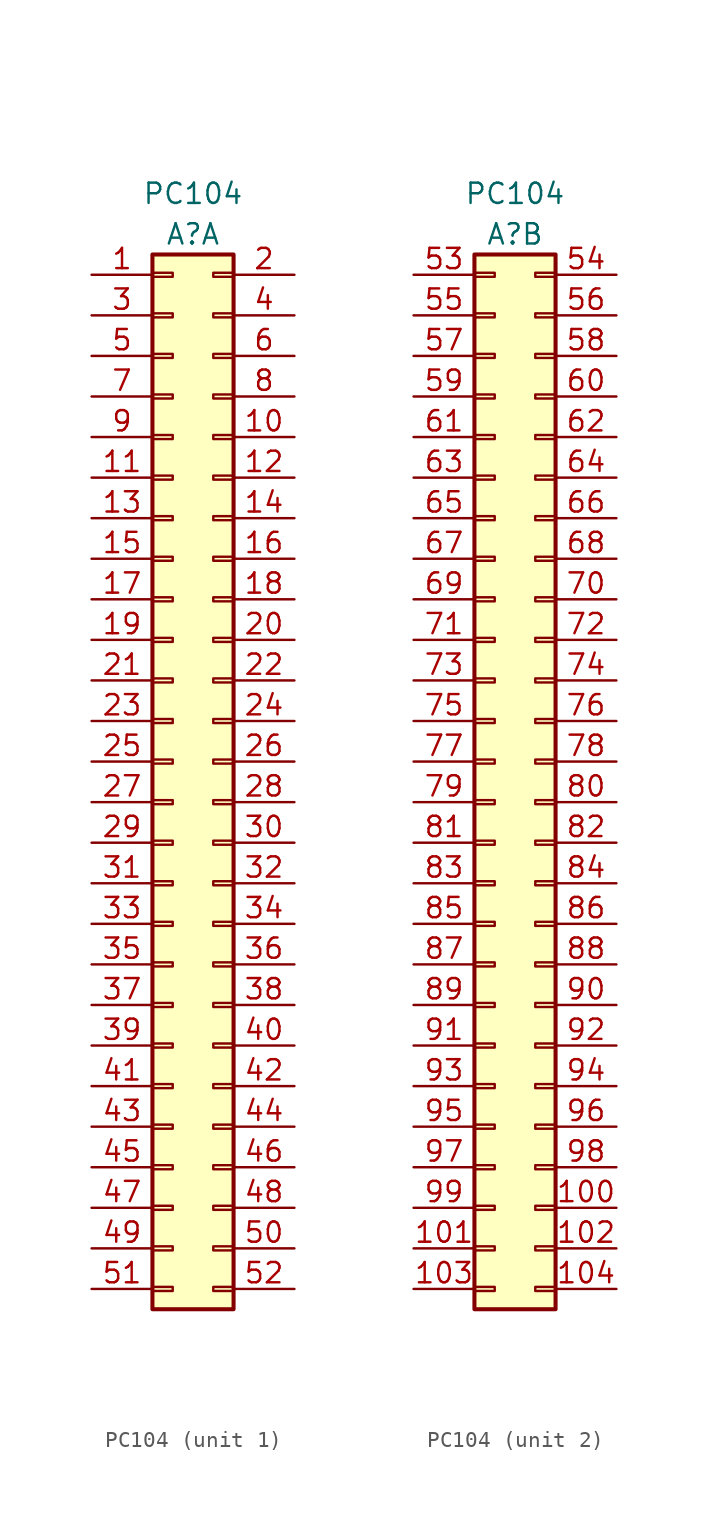
<source format=kicad_sym>
(kicad_symbol_lib
  (version 20211014)
  (generator kicad_symbol_editor)
  (symbol "PC104"
    (pin_names hide)
    (property "Reference" "A"
      (at 0 1.27 0)
      (effects (font (size 1.27 1.27))))
    (property "Value" "PC104"
      (at 0 3.81 0)
      (effects (font (size 1.27 1.27))))
    (symbol "PC104_1_1"
      (rectangle (start -2.54 -64.643) (end -1.27 -64.897) (stroke (width 0.152) (type default) (color 0 0 0 0)) (fill (type none)))
      (rectangle (start -2.54 -62.103) (end -1.27 -62.357) (stroke (width 0.152) (type default) (color 0 0 0 0)) (fill (type none)))
      (rectangle (start -2.54 -59.563) (end -1.27 -59.817) (stroke (width 0.152) (type default) (color 0 0 0 0)) (fill (type none)))
      (rectangle (start -2.54 -57.023) (end -1.27 -57.277) (stroke (width 0.152) (type default) (color 0 0 0 0)) (fill (type none)))
      (rectangle (start -2.54 -54.483) (end -1.27 -54.737) (stroke (width 0.152) (type default) (color 0 0 0 0)) (fill (type none)))
      (rectangle (start -2.54 -51.943) (end -1.27 -52.197) (stroke (width 0.152) (type default) (color 0 0 0 0)) (fill (type none)))
      (rectangle (start -2.54 -49.403) (end -1.27 -49.657) (stroke (width 0.152) (type default) (color 0 0 0 0)) (fill (type none)))
      (rectangle (start -2.54 -46.863) (end -1.27 -47.117) (stroke (width 0.152) (type default) (color 0 0 0 0)) (fill (type none)))
      (rectangle (start -2.54 -44.323) (end -1.27 -44.577) (stroke (width 0.152) (type default) (color 0 0 0 0)) (fill (type none)))
      (rectangle (start -2.54 -41.783) (end -1.27 -42.037) (stroke (width 0.152) (type default) (color 0 0 0 0)) (fill (type none)))
      (rectangle (start -2.54 -39.243) (end -1.27 -39.497) (stroke (width 0.152) (type default) (color 0 0 0 0)) (fill (type none)))
      (rectangle (start -2.54 -36.703) (end -1.27 -36.957) (stroke (width 0.152) (type default) (color 0 0 0 0)) (fill (type none)))
      (rectangle (start -2.54 -34.163) (end -1.27 -34.417) (stroke (width 0.152) (type default) (color 0 0 0 0)) (fill (type none)))
      (rectangle (start -2.54 -31.623) (end -1.27 -31.877) (stroke (width 0.152) (type default) (color 0 0 0 0)) (fill (type none)))
      (rectangle (start -2.54 -29.083) (end -1.27 -29.337) (stroke (width 0.152) (type default) (color 0 0 0 0)) (fill (type none)))
      (rectangle (start -2.54 -26.543) (end -1.27 -26.797) (stroke (width 0.152) (type default) (color 0 0 0 0)) (fill (type none)))
      (rectangle (start -2.54 -24.003) (end -1.27 -24.257) (stroke (width 0.152) (type default) (color 0 0 0 0)) (fill (type none)))
      (rectangle (start -2.54 -21.463) (end -1.27 -21.717) (stroke (width 0.152) (type default) (color 0 0 0 0)) (fill (type none)))
      (rectangle (start -2.54 -18.923) (end -1.27 -19.177) (stroke (width 0.152) (type default) (color 0 0 0 0)) (fill (type none)))
      (rectangle (start -2.54 -16.383) (end -1.27 -16.637) (stroke (width 0.152) (type default) (color 0 0 0 0)) (fill (type none)))
      (rectangle (start -2.54 -13.843) (end -1.27 -14.097) (stroke (width 0.152) (type default) (color 0 0 0 0)) (fill (type none)))
      (rectangle (start -2.54 -11.303) (end -1.27 -11.557) (stroke (width 0.152) (type default) (color 0 0 0 0)) (fill (type none)))
      (rectangle (start -2.54 -8.763) (end -1.27 -9.017) (stroke (width 0.152) (type default) (color 0 0 0 0)) (fill (type none)))
      (rectangle (start -2.54 -6.223) (end -1.27 -6.477) (stroke (width 0.152) (type default) (color 0 0 0 0)) (fill (type none)))
      (rectangle (start -2.54 -3.683) (end -1.27 -3.937) (stroke (width 0.152) (type default) (color 0 0 0 0)) (fill (type none)))
      (rectangle (start -2.54 -1.143) (end -1.27 -1.397) (stroke (width 0.152) (type default) (color 0 0 0 0)) (fill (type none)))
      (rectangle (start -2.54 0) (end 2.54 -66.04) (stroke (width 0.254) (type default) (color 0 0 0 0)) (fill (type background)))
      (rectangle (start 2.54 -64.643) (end 1.27 -64.897) (stroke (width 0.152) (type default) (color 0 0 0 0)) (fill (type none)))
      (rectangle (start 2.54 -62.103) (end 1.27 -62.357) (stroke (width 0.152) (type default) (color 0 0 0 0)) (fill (type none)))
      (rectangle (start 2.54 -59.563) (end 1.27 -59.817) (stroke (width 0.152) (type default) (color 0 0 0 0)) (fill (type none)))
      (rectangle (start 2.54 -57.023) (end 1.27 -57.277) (stroke (width 0.152) (type default) (color 0 0 0 0)) (fill (type none)))
      (rectangle (start 2.54 -54.483) (end 1.27 -54.737) (stroke (width 0.152) (type default) (color 0 0 0 0)) (fill (type none)))
      (rectangle (start 2.54 -51.943) (end 1.27 -52.197) (stroke (width 0.152) (type default) (color 0 0 0 0)) (fill (type none)))
      (rectangle (start 2.54 -49.403) (end 1.27 -49.657) (stroke (width 0.152) (type default) (color 0 0 0 0)) (fill (type none)))
      (rectangle (start 2.54 -46.863) (end 1.27 -47.117) (stroke (width 0.152) (type default) (color 0 0 0 0)) (fill (type none)))
      (rectangle (start 2.54 -44.323) (end 1.27 -44.577) (stroke (width 0.152) (type default) (color 0 0 0 0)) (fill (type none)))
      (rectangle (start 2.54 -41.783) (end 1.27 -42.037) (stroke (width 0.152) (type default) (color 0 0 0 0)) (fill (type none)))
      (rectangle (start 2.54 -39.243) (end 1.27 -39.497) (stroke (width 0.152) (type default) (color 0 0 0 0)) (fill (type none)))
      (rectangle (start 2.54 -36.703) (end 1.27 -36.957) (stroke (width 0.152) (type default) (color 0 0 0 0)) (fill (type none)))
      (rectangle (start 2.54 -34.163) (end 1.27 -34.417) (stroke (width 0.152) (type default) (color 0 0 0 0)) (fill (type none)))
      (rectangle (start 2.54 -31.623) (end 1.27 -31.877) (stroke (width 0.152) (type default) (color 0 0 0 0)) (fill (type none)))
      (rectangle (start 2.54 -29.083) (end 1.27 -29.337) (stroke (width 0.152) (type default) (color 0 0 0 0)) (fill (type none)))
      (rectangle (start 2.54 -26.543) (end 1.27 -26.797) (stroke (width 0.152) (type default) (color 0 0 0 0)) (fill (type none)))
      (rectangle (start 2.54 -24.003) (end 1.27 -24.257) (stroke (width 0.152) (type default) (color 0 0 0 0)) (fill (type none)))
      (rectangle (start 2.54 -21.463) (end 1.27 -21.717) (stroke (width 0.152) (type default) (color 0 0 0 0)) (fill (type none)))
      (rectangle (start 2.54 -18.923) (end 1.27 -19.177) (stroke (width 0.152) (type default) (color 0 0 0 0)) (fill (type none)))
      (rectangle (start 2.54 -16.383) (end 1.27 -16.637) (stroke (width 0.152) (type default) (color 0 0 0 0)) (fill (type none)))
      (rectangle (start 2.54 -13.843) (end 1.27 -14.097) (stroke (width 0.152) (type default) (color 0 0 0 0)) (fill (type none)))
      (rectangle (start 2.54 -11.303) (end 1.27 -11.557) (stroke (width 0.152) (type default) (color 0 0 0 0)) (fill (type none)))
      (rectangle (start 2.54 -8.763) (end 1.27 -9.017) (stroke (width 0.152) (type default) (color 0 0 0 0)) (fill (type none)))
      (rectangle (start 2.54 -6.223) (end 1.27 -6.477) (stroke (width 0.152) (type default) (color 0 0 0 0)) (fill (type none)))
      (rectangle (start 2.54 -3.683) (end 1.27 -3.937) (stroke (width 0.152) (type default) (color 0 0 0 0)) (fill (type none)))
      (rectangle (start 2.54 -1.143) (end 1.27 -1.397) (stroke (width 0.152) (type default) (color 0 0 0 0)) (fill (type none)))
      (pin passive line (at -6.35 -1.27 0) (length 3.81) (name "Pin_1" (effects (font (size 1.27 1.27)))) (number "1" (effects (font (size 1.27 1.27)))))
      (pin passive line (at 6.35 -11.43 180) (length 3.81) (name "Pin_10" (effects (font (size 1.27 1.27)))) (number "10" (effects (font (size 1.27 1.27)))))
      (pin passive line (at -6.35 -13.97 0) (length 3.81) (name "Pin_11" (effects (font (size 1.27 1.27)))) (number "11" (effects (font (size 1.27 1.27)))))
      (pin passive line (at 6.35 -13.97 180) (length 3.81) (name "Pin_12" (effects (font (size 1.27 1.27)))) (number "12" (effects (font (size 1.27 1.27)))))
      (pin passive line (at -6.35 -16.51 0) (length 3.81) (name "Pin_13" (effects (font (size 1.27 1.27)))) (number "13" (effects (font (size 1.27 1.27)))))
      (pin passive line (at 6.35 -16.51 180) (length 3.81) (name "Pin_14" (effects (font (size 1.27 1.27)))) (number "14" (effects (font (size 1.27 1.27)))))
      (pin passive line (at -6.35 -19.05 0) (length 3.81) (name "Pin_15" (effects (font (size 1.27 1.27)))) (number "15" (effects (font (size 1.27 1.27)))))
      (pin passive line (at 6.35 -19.05 180) (length 3.81) (name "Pin_16" (effects (font (size 1.27 1.27)))) (number "16" (effects (font (size 1.27 1.27)))))
      (pin passive line (at -6.35 -21.59 0) (length 3.81) (name "Pin_17" (effects (font (size 1.27 1.27)))) (number "17" (effects (font (size 1.27 1.27)))))
      (pin passive line (at 6.35 -21.59 180) (length 3.81) (name "Pin_18" (effects (font (size 1.27 1.27)))) (number "18" (effects (font (size 1.27 1.27)))))
      (pin passive line (at -6.35 -24.13 0) (length 3.81) (name "Pin_19" (effects (font (size 1.27 1.27)))) (number "19" (effects (font (size 1.27 1.27)))))
      (pin passive line (at 6.35 -1.27 180) (length 3.81) (name "Pin_2" (effects (font (size 1.27 1.27)))) (number "2" (effects (font (size 1.27 1.27)))))
      (pin passive line (at 6.35 -24.13 180) (length 3.81) (name "Pin_20" (effects (font (size 1.27 1.27)))) (number "20" (effects (font (size 1.27 1.27)))))
      (pin passive line (at -6.35 -26.67 0) (length 3.81) (name "Pin_21" (effects (font (size 1.27 1.27)))) (number "21" (effects (font (size 1.27 1.27)))))
      (pin passive line (at 6.35 -26.67 180) (length 3.81) (name "Pin_22" (effects (font (size 1.27 1.27)))) (number "22" (effects (font (size 1.27 1.27)))))
      (pin passive line (at -6.35 -29.21 0) (length 3.81) (name "Pin_23" (effects (font (size 1.27 1.27)))) (number "23" (effects (font (size 1.27 1.27)))))
      (pin passive line (at 6.35 -29.21 180) (length 3.81) (name "Pin_24" (effects (font (size 1.27 1.27)))) (number "24" (effects (font (size 1.27 1.27)))))
      (pin passive line (at -6.35 -31.75 0) (length 3.81) (name "Pin_25" (effects (font (size 1.27 1.27)))) (number "25" (effects (font (size 1.27 1.27)))))
      (pin passive line (at 6.35 -31.75 180) (length 3.81) (name "Pin_26" (effects (font (size 1.27 1.27)))) (number "26" (effects (font (size 1.27 1.27)))))
      (pin passive line (at -6.35 -34.29 0) (length 3.81) (name "Pin_27" (effects (font (size 1.27 1.27)))) (number "27" (effects (font (size 1.27 1.27)))))
      (pin passive line (at 6.35 -34.29 180) (length 3.81) (name "Pin_28" (effects (font (size 1.27 1.27)))) (number "28" (effects (font (size 1.27 1.27)))))
      (pin passive line (at -6.35 -36.83 0) (length 3.81) (name "Pin_29" (effects (font (size 1.27 1.27)))) (number "29" (effects (font (size 1.27 1.27)))))
      (pin passive line (at -6.35 -3.81 0) (length 3.81) (name "Pin_3" (effects (font (size 1.27 1.27)))) (number "3" (effects (font (size 1.27 1.27)))))
      (pin passive line (at 6.35 -36.83 180) (length 3.81) (name "Pin_30" (effects (font (size 1.27 1.27)))) (number "30" (effects (font (size 1.27 1.27)))))
      (pin passive line (at -6.35 -39.37 0) (length 3.81) (name "Pin_31" (effects (font (size 1.27 1.27)))) (number "31" (effects (font (size 1.27 1.27)))))
      (pin passive line (at 6.35 -39.37 180) (length 3.81) (name "Pin_32" (effects (font (size 1.27 1.27)))) (number "32" (effects (font (size 1.27 1.27)))))
      (pin passive line (at -6.35 -41.91 0) (length 3.81) (name "Pin_33" (effects (font (size 1.27 1.27)))) (number "33" (effects (font (size 1.27 1.27)))))
      (pin passive line (at 6.35 -41.91 180) (length 3.81) (name "Pin_34" (effects (font (size 1.27 1.27)))) (number "34" (effects (font (size 1.27 1.27)))))
      (pin passive line (at -6.35 -44.45 0) (length 3.81) (name "Pin_35" (effects (font (size 1.27 1.27)))) (number "35" (effects (font (size 1.27 1.27)))))
      (pin passive line (at 6.35 -44.45 180) (length 3.81) (name "Pin_36" (effects (font (size 1.27 1.27)))) (number "36" (effects (font (size 1.27 1.27)))))
      (pin passive line (at -6.35 -46.99 0) (length 3.81) (name "Pin_37" (effects (font (size 1.27 1.27)))) (number "37" (effects (font (size 1.27 1.27)))))
      (pin passive line (at 6.35 -46.99 180) (length 3.81) (name "Pin_38" (effects (font (size 1.27 1.27)))) (number "38" (effects (font (size 1.27 1.27)))))
      (pin passive line (at -6.35 -49.53 0) (length 3.81) (name "Pin_39" (effects (font (size 1.27 1.27)))) (number "39" (effects (font (size 1.27 1.27)))))
      (pin passive line (at 6.35 -3.81 180) (length 3.81) (name "Pin_4" (effects (font (size 1.27 1.27)))) (number "4" (effects (font (size 1.27 1.27)))))
      (pin passive line (at 6.35 -49.53 180) (length 3.81) (name "Pin_40" (effects (font (size 1.27 1.27)))) (number "40" (effects (font (size 1.27 1.27)))))
      (pin passive line (at -6.35 -52.07 0) (length 3.81) (name "Pin_41" (effects (font (size 1.27 1.27)))) (number "41" (effects (font (size 1.27 1.27)))))
      (pin passive line (at 6.35 -52.07 180) (length 3.81) (name "Pin_42" (effects (font (size 1.27 1.27)))) (number "42" (effects (font (size 1.27 1.27)))))
      (pin passive line (at -6.35 -54.61 0) (length 3.81) (name "Pin_43" (effects (font (size 1.27 1.27)))) (number "43" (effects (font (size 1.27 1.27)))))
      (pin passive line (at 6.35 -54.61 180) (length 3.81) (name "Pin_44" (effects (font (size 1.27 1.27)))) (number "44" (effects (font (size 1.27 1.27)))))
      (pin passive line (at -6.35 -57.15 0) (length 3.81) (name "Pin_45" (effects (font (size 1.27 1.27)))) (number "45" (effects (font (size 1.27 1.27)))))
      (pin passive line (at 6.35 -57.15 180) (length 3.81) (name "Pin_46" (effects (font (size 1.27 1.27)))) (number "46" (effects (font (size 1.27 1.27)))))
      (pin passive line (at -6.35 -59.69 0) (length 3.81) (name "Pin_47" (effects (font (size 1.27 1.27)))) (number "47" (effects (font (size 1.27 1.27)))))
      (pin passive line (at 6.35 -59.69 180) (length 3.81) (name "Pin_48" (effects (font (size 1.27 1.27)))) (number "48" (effects (font (size 1.27 1.27)))))
      (pin passive line (at -6.35 -62.23 0) (length 3.81) (name "Pin_49" (effects (font (size 1.27 1.27)))) (number "49" (effects (font (size 1.27 1.27)))))
      (pin passive line (at -6.35 -6.35 0) (length 3.81) (name "Pin_5" (effects (font (size 1.27 1.27)))) (number "5" (effects (font (size 1.27 1.27)))))
      (pin passive line (at 6.35 -62.23 180) (length 3.81) (name "Pin_50" (effects (font (size 1.27 1.27)))) (number "50" (effects (font (size 1.27 1.27)))))
      (pin passive line (at -6.35 -64.77 0) (length 3.81) (name "Pin_51" (effects (font (size 1.27 1.27)))) (number "51" (effects (font (size 1.27 1.27)))))
      (pin passive line (at 6.35 -64.77 180) (length 3.81) (name "Pin_52" (effects (font (size 1.27 1.27)))) (number "52" (effects (font (size 1.27 1.27)))))
      (pin passive line (at 6.35 -6.35 180) (length 3.81) (name "Pin_6" (effects (font (size 1.27 1.27)))) (number "6" (effects (font (size 1.27 1.27)))))
      (pin passive line (at -6.35 -8.89 0) (length 3.81) (name "Pin_7" (effects (font (size 1.27 1.27)))) (number "7" (effects (font (size 1.27 1.27)))))
      (pin passive line (at 6.35 -8.89 180) (length 3.81) (name "Pin_8" (effects (font (size 1.27 1.27)))) (number "8" (effects (font (size 1.27 1.27)))))
      (pin passive line (at -6.35 -11.43 0) (length 3.81) (name "Pin_9" (effects (font (size 1.27 1.27)))) (number "9" (effects (font (size 1.27 1.27))))))
    (symbol "PC104_2_1"
      (rectangle (start -2.54 -64.643) (end -1.27 -64.897) (stroke (width 0.152) (type default) (color 0 0 0 0)) (fill (type none)))
      (rectangle (start -2.54 -62.103) (end -1.27 -62.357) (stroke (width 0.152) (type default) (color 0 0 0 0)) (fill (type none)))
      (rectangle (start -2.54 -59.563) (end -1.27 -59.817) (stroke (width 0.152) (type default) (color 0 0 0 0)) (fill (type none)))
      (rectangle (start -2.54 -57.023) (end -1.27 -57.277) (stroke (width 0.152) (type default) (color 0 0 0 0)) (fill (type none)))
      (rectangle (start -2.54 -54.483) (end -1.27 -54.737) (stroke (width 0.152) (type default) (color 0 0 0 0)) (fill (type none)))
      (rectangle (start -2.54 -51.943) (end -1.27 -52.197) (stroke (width 0.152) (type default) (color 0 0 0 0)) (fill (type none)))
      (rectangle (start -2.54 -49.403) (end -1.27 -49.657) (stroke (width 0.152) (type default) (color 0 0 0 0)) (fill (type none)))
      (rectangle (start -2.54 -46.863) (end -1.27 -47.117) (stroke (width 0.152) (type default) (color 0 0 0 0)) (fill (type none)))
      (rectangle (start -2.54 -44.323) (end -1.27 -44.577) (stroke (width 0.152) (type default) (color 0 0 0 0)) (fill (type none)))
      (rectangle (start -2.54 -41.783) (end -1.27 -42.037) (stroke (width 0.152) (type default) (color 0 0 0 0)) (fill (type none)))
      (rectangle (start -2.54 -39.243) (end -1.27 -39.497) (stroke (width 0.152) (type default) (color 0 0 0 0)) (fill (type none)))
      (rectangle (start -2.54 -36.703) (end -1.27 -36.957) (stroke (width 0.152) (type default) (color 0 0 0 0)) (fill (type none)))
      (rectangle (start -2.54 -34.163) (end -1.27 -34.417) (stroke (width 0.152) (type default) (color 0 0 0 0)) (fill (type none)))
      (rectangle (start -2.54 -31.623) (end -1.27 -31.877) (stroke (width 0.152) (type default) (color 0 0 0 0)) (fill (type none)))
      (rectangle (start -2.54 -29.083) (end -1.27 -29.337) (stroke (width 0.152) (type default) (color 0 0 0 0)) (fill (type none)))
      (rectangle (start -2.54 -26.543) (end -1.27 -26.797) (stroke (width 0.152) (type default) (color 0 0 0 0)) (fill (type none)))
      (rectangle (start -2.54 -24.003) (end -1.27 -24.257) (stroke (width 0.152) (type default) (color 0 0 0 0)) (fill (type none)))
      (rectangle (start -2.54 -21.463) (end -1.27 -21.717) (stroke (width 0.152) (type default) (color 0 0 0 0)) (fill (type none)))
      (rectangle (start -2.54 -18.923) (end -1.27 -19.177) (stroke (width 0.152) (type default) (color 0 0 0 0)) (fill (type none)))
      (rectangle (start -2.54 -16.383) (end -1.27 -16.637) (stroke (width 0.152) (type default) (color 0 0 0 0)) (fill (type none)))
      (rectangle (start -2.54 -13.843) (end -1.27 -14.097) (stroke (width 0.152) (type default) (color 0 0 0 0)) (fill (type none)))
      (rectangle (start -2.54 -11.303) (end -1.27 -11.557) (stroke (width 0.152) (type default) (color 0 0 0 0)) (fill (type none)))
      (rectangle (start -2.54 -8.763) (end -1.27 -9.017) (stroke (width 0.152) (type default) (color 0 0 0 0)) (fill (type none)))
      (rectangle (start -2.54 -6.223) (end -1.27 -6.477) (stroke (width 0.152) (type default) (color 0 0 0 0)) (fill (type none)))
      (rectangle (start -2.54 -3.683) (end -1.27 -3.937) (stroke (width 0.152) (type default) (color 0 0 0 0)) (fill (type none)))
      (rectangle (start -2.54 -1.143) (end -1.27 -1.397) (stroke (width 0.152) (type default) (color 0 0 0 0)) (fill (type none)))
      (rectangle (start -2.54 0) (end 2.54 -66.04) (stroke (width 0.254) (type default) (color 0 0 0 0)) (fill (type background)))
      (rectangle (start 2.54 -64.643) (end 1.27 -64.897) (stroke (width 0.152) (type default) (color 0 0 0 0)) (fill (type none)))
      (rectangle (start 2.54 -62.103) (end 1.27 -62.357) (stroke (width 0.152) (type default) (color 0 0 0 0)) (fill (type none)))
      (rectangle (start 2.54 -59.563) (end 1.27 -59.817) (stroke (width 0.152) (type default) (color 0 0 0 0)) (fill (type none)))
      (rectangle (start 2.54 -57.023) (end 1.27 -57.277) (stroke (width 0.152) (type default) (color 0 0 0 0)) (fill (type none)))
      (rectangle (start 2.54 -54.483) (end 1.27 -54.737) (stroke (width 0.152) (type default) (color 0 0 0 0)) (fill (type none)))
      (rectangle (start 2.54 -51.943) (end 1.27 -52.197) (stroke (width 0.152) (type default) (color 0 0 0 0)) (fill (type none)))
      (rectangle (start 2.54 -49.403) (end 1.27 -49.657) (stroke (width 0.152) (type default) (color 0 0 0 0)) (fill (type none)))
      (rectangle (start 2.54 -46.863) (end 1.27 -47.117) (stroke (width 0.152) (type default) (color 0 0 0 0)) (fill (type none)))
      (rectangle (start 2.54 -44.323) (end 1.27 -44.577) (stroke (width 0.152) (type default) (color 0 0 0 0)) (fill (type none)))
      (rectangle (start 2.54 -41.783) (end 1.27 -42.037) (stroke (width 0.152) (type default) (color 0 0 0 0)) (fill (type none)))
      (rectangle (start 2.54 -39.243) (end 1.27 -39.497) (stroke (width 0.152) (type default) (color 0 0 0 0)) (fill (type none)))
      (rectangle (start 2.54 -36.703) (end 1.27 -36.957) (stroke (width 0.152) (type default) (color 0 0 0 0)) (fill (type none)))
      (rectangle (start 2.54 -34.163) (end 1.27 -34.417) (stroke (width 0.152) (type default) (color 0 0 0 0)) (fill (type none)))
      (rectangle (start 2.54 -31.623) (end 1.27 -31.877) (stroke (width 0.152) (type default) (color 0 0 0 0)) (fill (type none)))
      (rectangle (start 2.54 -29.083) (end 1.27 -29.337) (stroke (width 0.152) (type default) (color 0 0 0 0)) (fill (type none)))
      (rectangle (start 2.54 -26.543) (end 1.27 -26.797) (stroke (width 0.152) (type default) (color 0 0 0 0)) (fill (type none)))
      (rectangle (start 2.54 -24.003) (end 1.27 -24.257) (stroke (width 0.152) (type default) (color 0 0 0 0)) (fill (type none)))
      (rectangle (start 2.54 -21.463) (end 1.27 -21.717) (stroke (width 0.152) (type default) (color 0 0 0 0)) (fill (type none)))
      (rectangle (start 2.54 -18.923) (end 1.27 -19.177) (stroke (width 0.152) (type default) (color 0 0 0 0)) (fill (type none)))
      (rectangle (start 2.54 -16.383) (end 1.27 -16.637) (stroke (width 0.152) (type default) (color 0 0 0 0)) (fill (type none)))
      (rectangle (start 2.54 -13.843) (end 1.27 -14.097) (stroke (width 0.152) (type default) (color 0 0 0 0)) (fill (type none)))
      (rectangle (start 2.54 -11.303) (end 1.27 -11.557) (stroke (width 0.152) (type default) (color 0 0 0 0)) (fill (type none)))
      (rectangle (start 2.54 -8.763) (end 1.27 -9.017) (stroke (width 0.152) (type default) (color 0 0 0 0)) (fill (type none)))
      (rectangle (start 2.54 -6.223) (end 1.27 -6.477) (stroke (width 0.152) (type default) (color 0 0 0 0)) (fill (type none)))
      (rectangle (start 2.54 -3.683) (end 1.27 -3.937) (stroke (width 0.152) (type default) (color 0 0 0 0)) (fill (type none)))
      (rectangle (start 2.54 -1.143) (end 1.27 -1.397) (stroke (width 0.152) (type default) (color 0 0 0 0)) (fill (type none)))
      (pin passive line (at 6.35 -59.69 180) (length 3.81) (name "Pin_48" (effects (font (size 1.27 1.27)))) (number "100" (effects (font (size 1.27 1.27)))))
      (pin passive line (at -6.35 -62.23 0) (length 3.81) (name "Pin_49" (effects (font (size 1.27 1.27)))) (number "101" (effects (font (size 1.27 1.27)))))
      (pin passive line (at 6.35 -62.23 180) (length 3.81) (name "Pin_50" (effects (font (size 1.27 1.27)))) (number "102" (effects (font (size 1.27 1.27)))))
      (pin passive line (at -6.35 -64.77 0) (length 3.81) (name "Pin_51" (effects (font (size 1.27 1.27)))) (number "103" (effects (font (size 1.27 1.27)))))
      (pin passive line (at 6.35 -64.77 180) (length 3.81) (name "Pin_52" (effects (font (size 1.27 1.27)))) (number "104" (effects (font (size 1.27 1.27)))))
      (pin passive line (at -6.35 -1.27 0) (length 3.81) (name "Pin_1" (effects (font (size 1.27 1.27)))) (number "53" (effects (font (size 1.27 1.27)))))
      (pin passive line (at 6.35 -1.27 180) (length 3.81) (name "Pin_2" (effects (font (size 1.27 1.27)))) (number "54" (effects (font (size 1.27 1.27)))))
      (pin passive line (at -6.35 -3.81 0) (length 3.81) (name "Pin_3" (effects (font (size 1.27 1.27)))) (number "55" (effects (font (size 1.27 1.27)))))
      (pin passive line (at 6.35 -3.81 180) (length 3.81) (name "Pin_4" (effects (font (size 1.27 1.27)))) (number "56" (effects (font (size 1.27 1.27)))))
      (pin passive line (at -6.35 -6.35 0) (length 3.81) (name "Pin_5" (effects (font (size 1.27 1.27)))) (number "57" (effects (font (size 1.27 1.27)))))
      (pin passive line (at 6.35 -6.35 180) (length 3.81) (name "Pin_6" (effects (font (size 1.27 1.27)))) (number "58" (effects (font (size 1.27 1.27)))))
      (pin passive line (at -6.35 -8.89 0) (length 3.81) (name "Pin_7" (effects (font (size 1.27 1.27)))) (number "59" (effects (font (size 1.27 1.27)))))
      (pin passive line (at 6.35 -8.89 180) (length 3.81) (name "Pin_8" (effects (font (size 1.27 1.27)))) (number "60" (effects (font (size 1.27 1.27)))))
      (pin passive line (at -6.35 -11.43 0) (length 3.81) (name "Pin_9" (effects (font (size 1.27 1.27)))) (number "61" (effects (font (size 1.27 1.27)))))
      (pin passive line (at 6.35 -11.43 180) (length 3.81) (name "Pin_10" (effects (font (size 1.27 1.27)))) (number "62" (effects (font (size 1.27 1.27)))))
      (pin passive line (at -6.35 -13.97 0) (length 3.81) (name "Pin_11" (effects (font (size 1.27 1.27)))) (number "63" (effects (font (size 1.27 1.27)))))
      (pin passive line (at 6.35 -13.97 180) (length 3.81) (name "Pin_12" (effects (font (size 1.27 1.27)))) (number "64" (effects (font (size 1.27 1.27)))))
      (pin passive line (at -6.35 -16.51 0) (length 3.81) (name "Pin_13" (effects (font (size 1.27 1.27)))) (number "65" (effects (font (size 1.27 1.27)))))
      (pin passive line (at 6.35 -16.51 180) (length 3.81) (name "Pin_14" (effects (font (size 1.27 1.27)))) (number "66" (effects (font (size 1.27 1.27)))))
      (pin passive line (at -6.35 -19.05 0) (length 3.81) (name "Pin_15" (effects (font (size 1.27 1.27)))) (number "67" (effects (font (size 1.27 1.27)))))
      (pin passive line (at 6.35 -19.05 180) (length 3.81) (name "Pin_16" (effects (font (size 1.27 1.27)))) (number "68" (effects (font (size 1.27 1.27)))))
      (pin passive line (at -6.35 -21.59 0) (length 3.81) (name "Pin_17" (effects (font (size 1.27 1.27)))) (number "69" (effects (font (size 1.27 1.27)))))
      (pin passive line (at 6.35 -21.59 180) (length 3.81) (name "Pin_18" (effects (font (size 1.27 1.27)))) (number "70" (effects (font (size 1.27 1.27)))))
      (pin passive line (at -6.35 -24.13 0) (length 3.81) (name "Pin_19" (effects (font (size 1.27 1.27)))) (number "71" (effects (font (size 1.27 1.27)))))
      (pin passive line (at 6.35 -24.13 180) (length 3.81) (name "Pin_20" (effects (font (size 1.27 1.27)))) (number "72" (effects (font (size 1.27 1.27)))))
      (pin passive line (at -6.35 -26.67 0) (length 3.81) (name "Pin_21" (effects (font (size 1.27 1.27)))) (number "73" (effects (font (size 1.27 1.27)))))
      (pin passive line (at 6.35 -26.67 180) (length 3.81) (name "Pin_22" (effects (font (size 1.27 1.27)))) (number "74" (effects (font (size 1.27 1.27)))))
      (pin passive line (at -6.35 -29.21 0) (length 3.81) (name "Pin_23" (effects (font (size 1.27 1.27)))) (number "75" (effects (font (size 1.27 1.27)))))
      (pin passive line (at 6.35 -29.21 180) (length 3.81) (name "Pin_24" (effects (font (size 1.27 1.27)))) (number "76" (effects (font (size 1.27 1.27)))))
      (pin passive line (at -6.35 -31.75 0) (length 3.81) (name "Pin_25" (effects (font (size 1.27 1.27)))) (number "77" (effects (font (size 1.27 1.27)))))
      (pin passive line (at 6.35 -31.75 180) (length 3.81) (name "Pin_26" (effects (font (size 1.27 1.27)))) (number "78" (effects (font (size 1.27 1.27)))))
      (pin passive line (at -6.35 -34.29 0) (length 3.81) (name "Pin_27" (effects (font (size 1.27 1.27)))) (number "79" (effects (font (size 1.27 1.27)))))
      (pin passive line (at 6.35 -34.29 180) (length 3.81) (name "Pin_28" (effects (font (size 1.27 1.27)))) (number "80" (effects (font (size 1.27 1.27)))))
      (pin passive line (at -6.35 -36.83 0) (length 3.81) (name "Pin_29" (effects (font (size 1.27 1.27)))) (number "81" (effects (font (size 1.27 1.27)))))
      (pin passive line (at 6.35 -36.83 180) (length 3.81) (name "Pin_30" (effects (font (size 1.27 1.27)))) (number "82" (effects (font (size 1.27 1.27)))))
      (pin passive line (at -6.35 -39.37 0) (length 3.81) (name "Pin_31" (effects (font (size 1.27 1.27)))) (number "83" (effects (font (size 1.27 1.27)))))
      (pin passive line (at 6.35 -39.37 180) (length 3.81) (name "Pin_32" (effects (font (size 1.27 1.27)))) (number "84" (effects (font (size 1.27 1.27)))))
      (pin passive line (at -6.35 -41.91 0) (length 3.81) (name "Pin_33" (effects (font (size 1.27 1.27)))) (number "85" (effects (font (size 1.27 1.27)))))
      (pin passive line (at 6.35 -41.91 180) (length 3.81) (name "Pin_34" (effects (font (size 1.27 1.27)))) (number "86" (effects (font (size 1.27 1.27)))))
      (pin passive line (at -6.35 -44.45 0) (length 3.81) (name "Pin_35" (effects (font (size 1.27 1.27)))) (number "87" (effects (font (size 1.27 1.27)))))
      (pin passive line (at 6.35 -44.45 180) (length 3.81) (name "Pin_36" (effects (font (size 1.27 1.27)))) (number "88" (effects (font (size 1.27 1.27)))))
      (pin passive line (at -6.35 -46.99 0) (length 3.81) (name "Pin_37" (effects (font (size 1.27 1.27)))) (number "89" (effects (font (size 1.27 1.27)))))
      (pin passive line (at 6.35 -46.99 180) (length 3.81) (name "Pin_38" (effects (font (size 1.27 1.27)))) (number "90" (effects (font (size 1.27 1.27)))))
      (pin passive line (at -6.35 -49.53 0) (length 3.81) (name "Pin_39" (effects (font (size 1.27 1.27)))) (number "91" (effects (font (size 1.27 1.27)))))
      (pin passive line (at 6.35 -49.53 180) (length 3.81) (name "Pin_40" (effects (font (size 1.27 1.27)))) (number "92" (effects (font (size 1.27 1.27)))))
      (pin passive line (at -6.35 -52.07 0) (length 3.81) (name "Pin_41" (effects (font (size 1.27 1.27)))) (number "93" (effects (font (size 1.27 1.27)))))
      (pin passive line (at 6.35 -52.07 180) (length 3.81) (name "Pin_42" (effects (font (size 1.27 1.27)))) (number "94" (effects (font (size 1.27 1.27)))))
      (pin passive line (at -6.35 -54.61 0) (length 3.81) (name "Pin_43" (effects (font (size 1.27 1.27)))) (number "95" (effects (font (size 1.27 1.27)))))
      (pin passive line (at 6.35 -54.61 180) (length 3.81) (name "Pin_44" (effects (font (size 1.27 1.27)))) (number "96" (effects (font (size 1.27 1.27)))))
      (pin passive line (at -6.35 -57.15 0) (length 3.81) (name "Pin_45" (effects (font (size 1.27 1.27)))) (number "97" (effects (font (size 1.27 1.27)))))
      (pin passive line (at 6.35 -57.15 180) (length 3.81) (name "Pin_46" (effects (font (size 1.27 1.27)))) (number "98" (effects (font (size 1.27 1.27)))))
      (pin passive line (at -6.35 -59.69 0) (length 3.81) (name "Pin_47" (effects (font (size 1.27 1.27)))) (number "99" (effects (font (size 1.27 1.27))))))))
</source>
